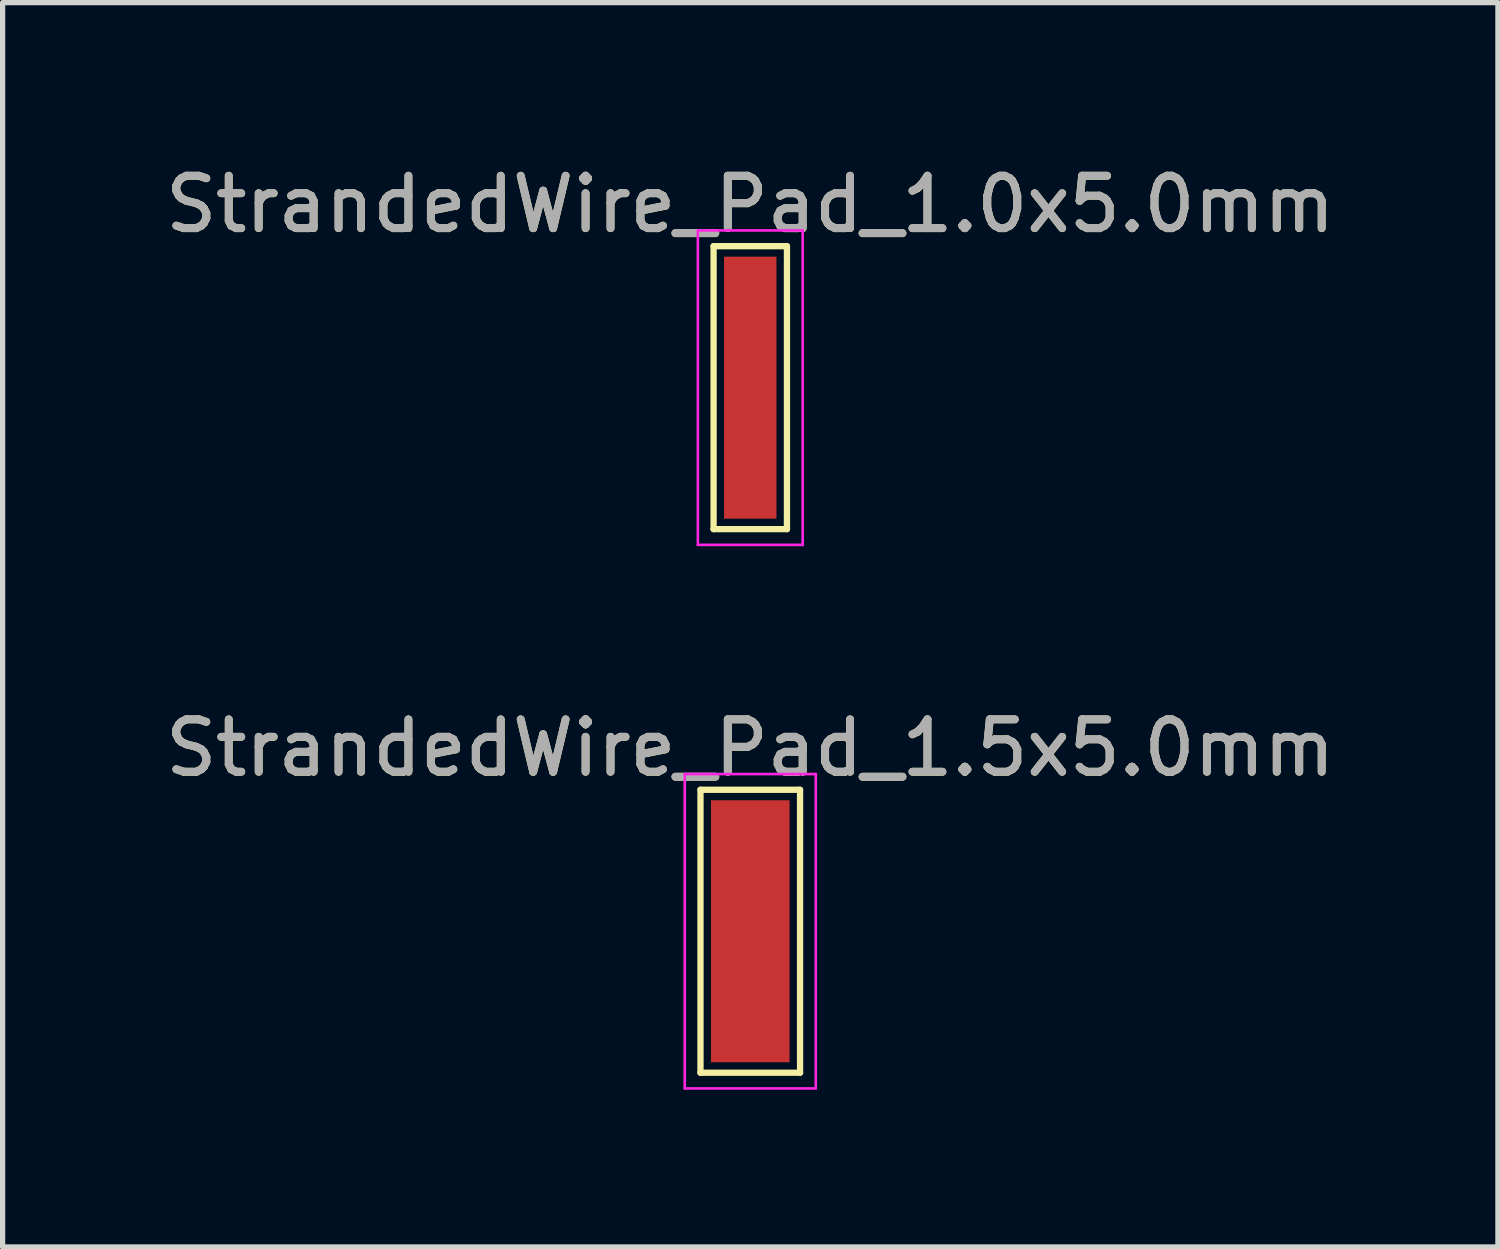
<source format=kicad_pcb>
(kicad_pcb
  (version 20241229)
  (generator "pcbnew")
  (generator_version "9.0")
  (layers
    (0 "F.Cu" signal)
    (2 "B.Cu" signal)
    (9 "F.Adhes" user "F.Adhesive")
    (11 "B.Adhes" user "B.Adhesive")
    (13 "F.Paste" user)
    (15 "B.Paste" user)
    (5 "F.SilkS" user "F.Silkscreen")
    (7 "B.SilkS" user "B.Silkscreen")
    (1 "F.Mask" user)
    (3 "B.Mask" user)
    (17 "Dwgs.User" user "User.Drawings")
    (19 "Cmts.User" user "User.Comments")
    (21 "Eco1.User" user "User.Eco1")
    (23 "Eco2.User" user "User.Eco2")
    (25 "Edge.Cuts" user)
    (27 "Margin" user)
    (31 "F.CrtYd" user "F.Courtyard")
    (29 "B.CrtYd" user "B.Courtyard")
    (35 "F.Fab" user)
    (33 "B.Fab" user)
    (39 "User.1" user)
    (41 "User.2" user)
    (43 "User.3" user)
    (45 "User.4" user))
  (footprint "StrandedWire_Pad_1.0x5.0mm"
    (layer "F.Cu")
    (at 11.268 4.348)
    (property "Reference" "StrandedWire_Pad_1.0x5.0mm" (at 0 -3.498 0) (layer "F.SilkS") (effects (font (size 1 1) (thickness 0.15))))
    (attr exclude_from_pos_files exclude_from_bom)
    (fp_line (start -0.7 -2.7) (end 0.7 -2.7) (stroke (width 0.12) (type solid)) (layer "F.SilkS"))
    (fp_line (start -0.7 2.7) (end -0.7 -2.7) (stroke (width 0.12) (type solid)) (layer "F.SilkS"))
    (fp_line (start 0.7 -2.7) (end 0.7 2.7) (stroke (width 0.12) (type solid)) (layer "F.SilkS"))
    (fp_line (start 0.7 2.7) (end -0.7 2.7) (stroke (width 0.12) (type solid)) (layer "F.SilkS"))
    (fp_line (start -1 -3) (end -1 3) (stroke (width 0.05) (type solid)) (layer "F.CrtYd"))
    (fp_line (start -1 -3) (end 1 -3) (stroke (width 0.05) (type solid)) (layer "F.CrtYd"))
    (fp_line (start 1 3) (end -1 3) (stroke (width 0.05) (type solid)) (layer "F.CrtYd"))
    (fp_line (start 1 3) (end 1 -3) (stroke (width 0.05) (type solid)) (layer "F.CrtYd"))
    (fp_text user "${REFERENCE}" (at 0 -3.5 0) (layer "F.Fab") (effects (font (size 1 1) (thickness 0.15))))
    (pad "1" smd rect (at 0 0) (size 1 5) (layers "F.Cu" "F.Mask")))
  (footprint "StrandedWire_Pad_1.5x5.0mm"
    (layer "F.Cu")
    (at 11.268 14.722)
    (property "Reference" "StrandedWire_Pad_1.5x5.0mm" (at 0 -3.498 0) (layer "F.SilkS") (effects (font (size 1 1) (thickness 0.15))))
    (attr exclude_from_pos_files exclude_from_bom)
    (fp_line (start -0.95 -2.7) (end 0.95 -2.7) (stroke (width 0.12) (type solid)) (layer "F.SilkS"))
    (fp_line (start -0.95 2.7) (end -0.95 -2.7) (stroke (width 0.12) (type solid)) (layer "F.SilkS"))
    (fp_line (start 0.95 -2.7) (end 0.95 2.7) (stroke (width 0.12) (type solid)) (layer "F.SilkS"))
    (fp_line (start 0.95 2.7) (end -0.95 2.7) (stroke (width 0.12) (type solid)) (layer "F.SilkS"))
    (fp_line (start -1.25 -3) (end -1.25 3) (stroke (width 0.05) (type solid)) (layer "F.CrtYd"))
    (fp_line (start -1.25 -3) (end 1.25 -3) (stroke (width 0.05) (type solid)) (layer "F.CrtYd"))
    (fp_line (start 1.25 3) (end -1.25 3) (stroke (width 0.05) (type solid)) (layer "F.CrtYd"))
    (fp_line (start 1.25 3) (end 1.25 -3) (stroke (width 0.05) (type solid)) (layer "F.CrtYd"))
    (fp_text user "${REFERENCE}" (at 0 -3.5 0) (layer "F.Fab") (effects (font (size 1 1) (thickness 0.15))))
    (pad "1" smd rect (at 0 0) (size 1.5 5) (layers "F.Cu" "F.Mask")))
  (gr_rect
    (start -3 -3)
    (end 25.536 20.747)
    (stroke (width 0.1) (type default))
    (fill no)
    (layer "Edge.Cuts")))
</source>
